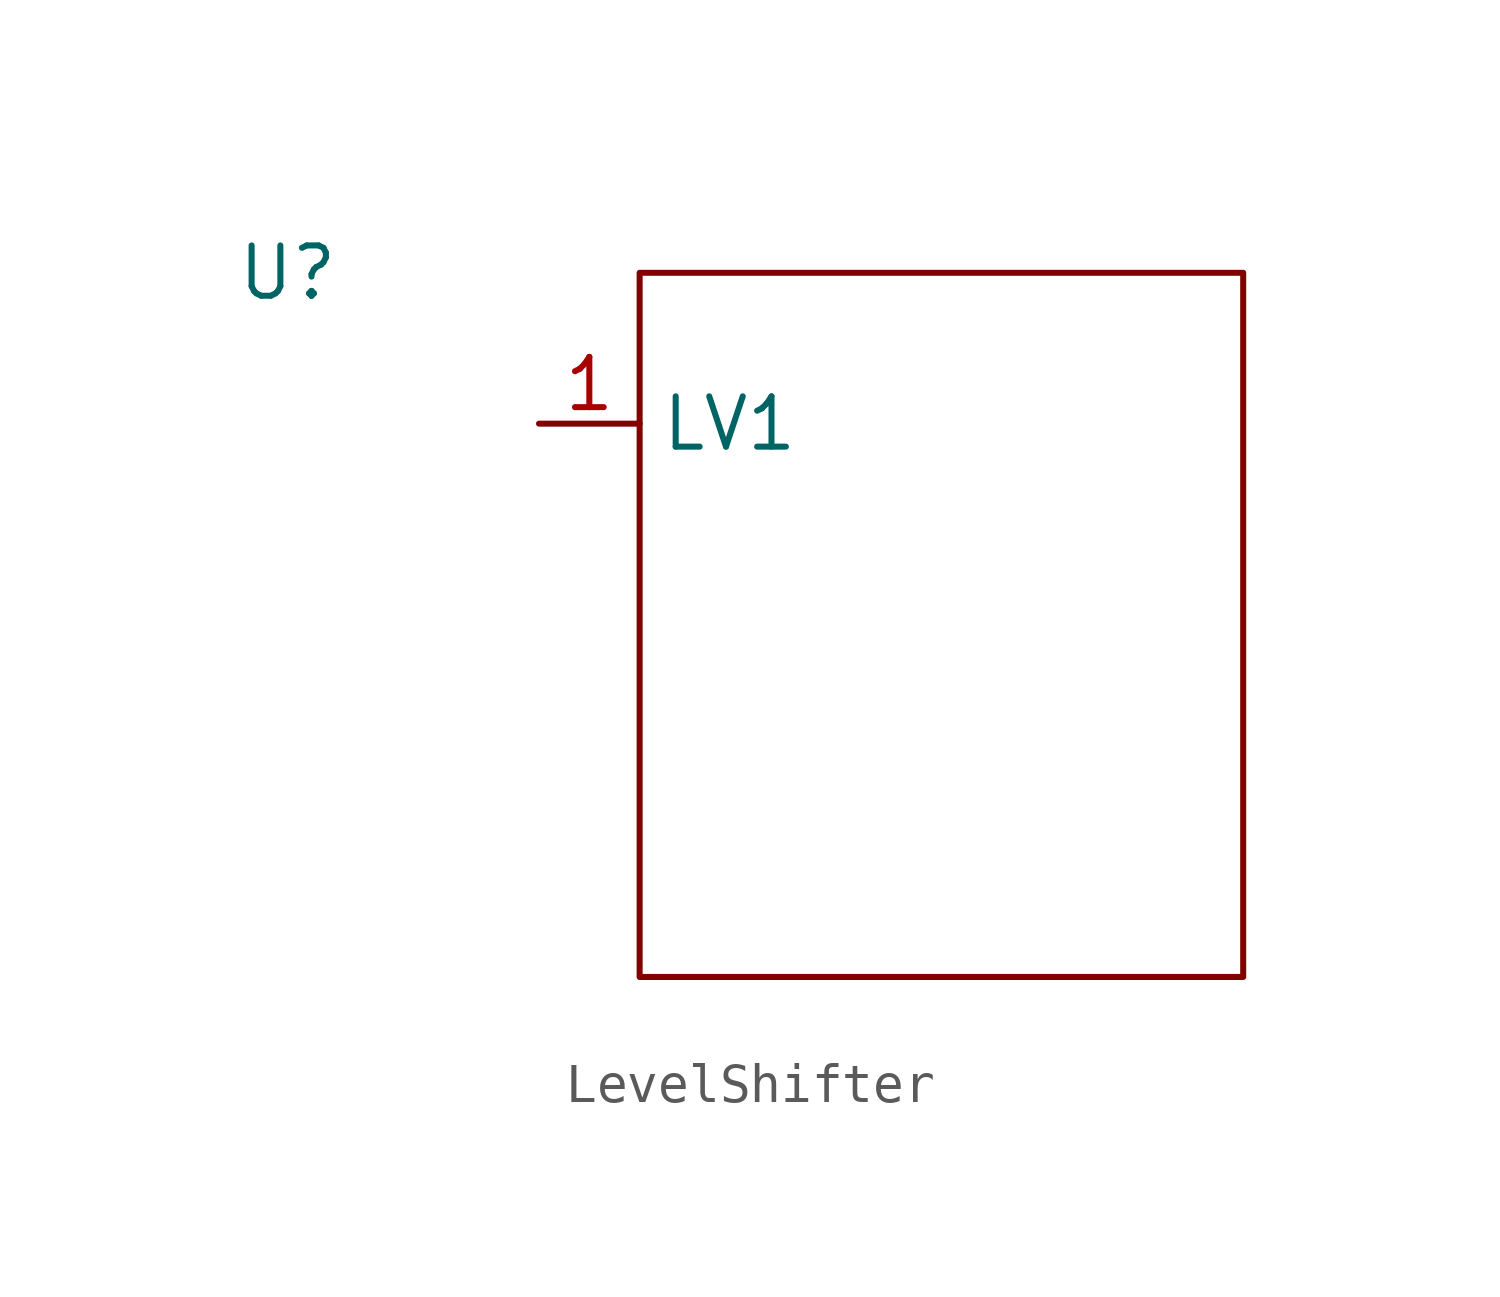
<source format=kicad_sym>
(kicad_symbol_lib
  (version 20220914)
  (generator kicad_symbol_editor)
  (symbol "LevelShifter"
    (property "Reference" "U"
      (at -16.51 8.89 0)
      (effects (font (size 1.27 1.27))))
    (property "Value" ""
      (at -16.51 8.89 0)
      (effects (font (size 1.27 1.27))))
    (symbol "LevelShifter_0_1"
      (rectangle (start -7.62 8.89) (end 7.62 -8.89) (stroke (width 0) (type default)) (fill (type none))))
    (symbol "LevelShifter_1_1"
      (pin input line (at -10.16 5.08 0) (length 2.54) (name "LV1" (effects (font (size 1.27 1.27)))) (number "1" (effects (font (size 1.27 1.27))))))))
</source>
